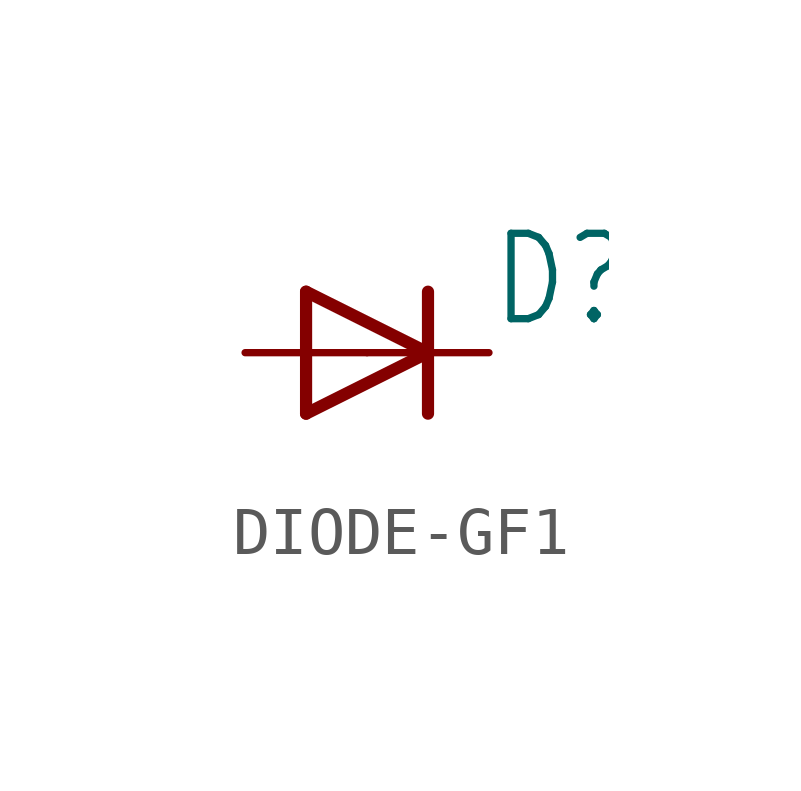
<source format=kicad_sym>
(kicad_symbol_lib
  (version 20241209)
  (generator "kicad_symbol_editor")
  (generator_version "9.0")
  (symbol "DIODE-GF1"
    (property "Reference" "D"
      (at 2.54 0.483 0)
      (effects (font (size 1.778 1.511)) (justify left bottom)))
    (property "Value" ""
      (at 2.54 -2.311 0)
      (effects (font (size 1.778 1.511)) (justify left bottom)))
    (property "ki_locked" ""
      (at 0 0 0)
      (effects (font (size 1.27 1.27))))
    (symbol "DIODE-GF1_1_0"
      (polyline (pts (xy -1.27 1.27) (xy -1.27 -1.27)) (stroke (width 0.254) (type solid)) (fill (type none)))
      (polyline (pts (xy -1.27 -1.27) (xy 1.27 0)) (stroke (width 0.254) (type solid)) (fill (type none)))
      (polyline (pts (xy 1.27 1.27) (xy 1.27 0)) (stroke (width 0.254) (type solid)) (fill (type none)))
      (polyline (pts (xy 1.27 0) (xy -1.27 1.27)) (stroke (width 0.254) (type solid)) (fill (type none)))
      (polyline (pts (xy 1.27 0) (xy 1.27 -1.27)) (stroke (width 0.254) (type solid)) (fill (type none)))
      (pin passive line (at -2.54 0 0) (length 2.54) (name "A" (effects (font (size 0 0)))) (number "A" (effects (font (size 0 0)))))
      (pin passive line (at 2.54 0 180) (length 2.54) (name "C" (effects (font (size 0 0)))) (number "C" (effects (font (size 0 0))))))))
</source>
